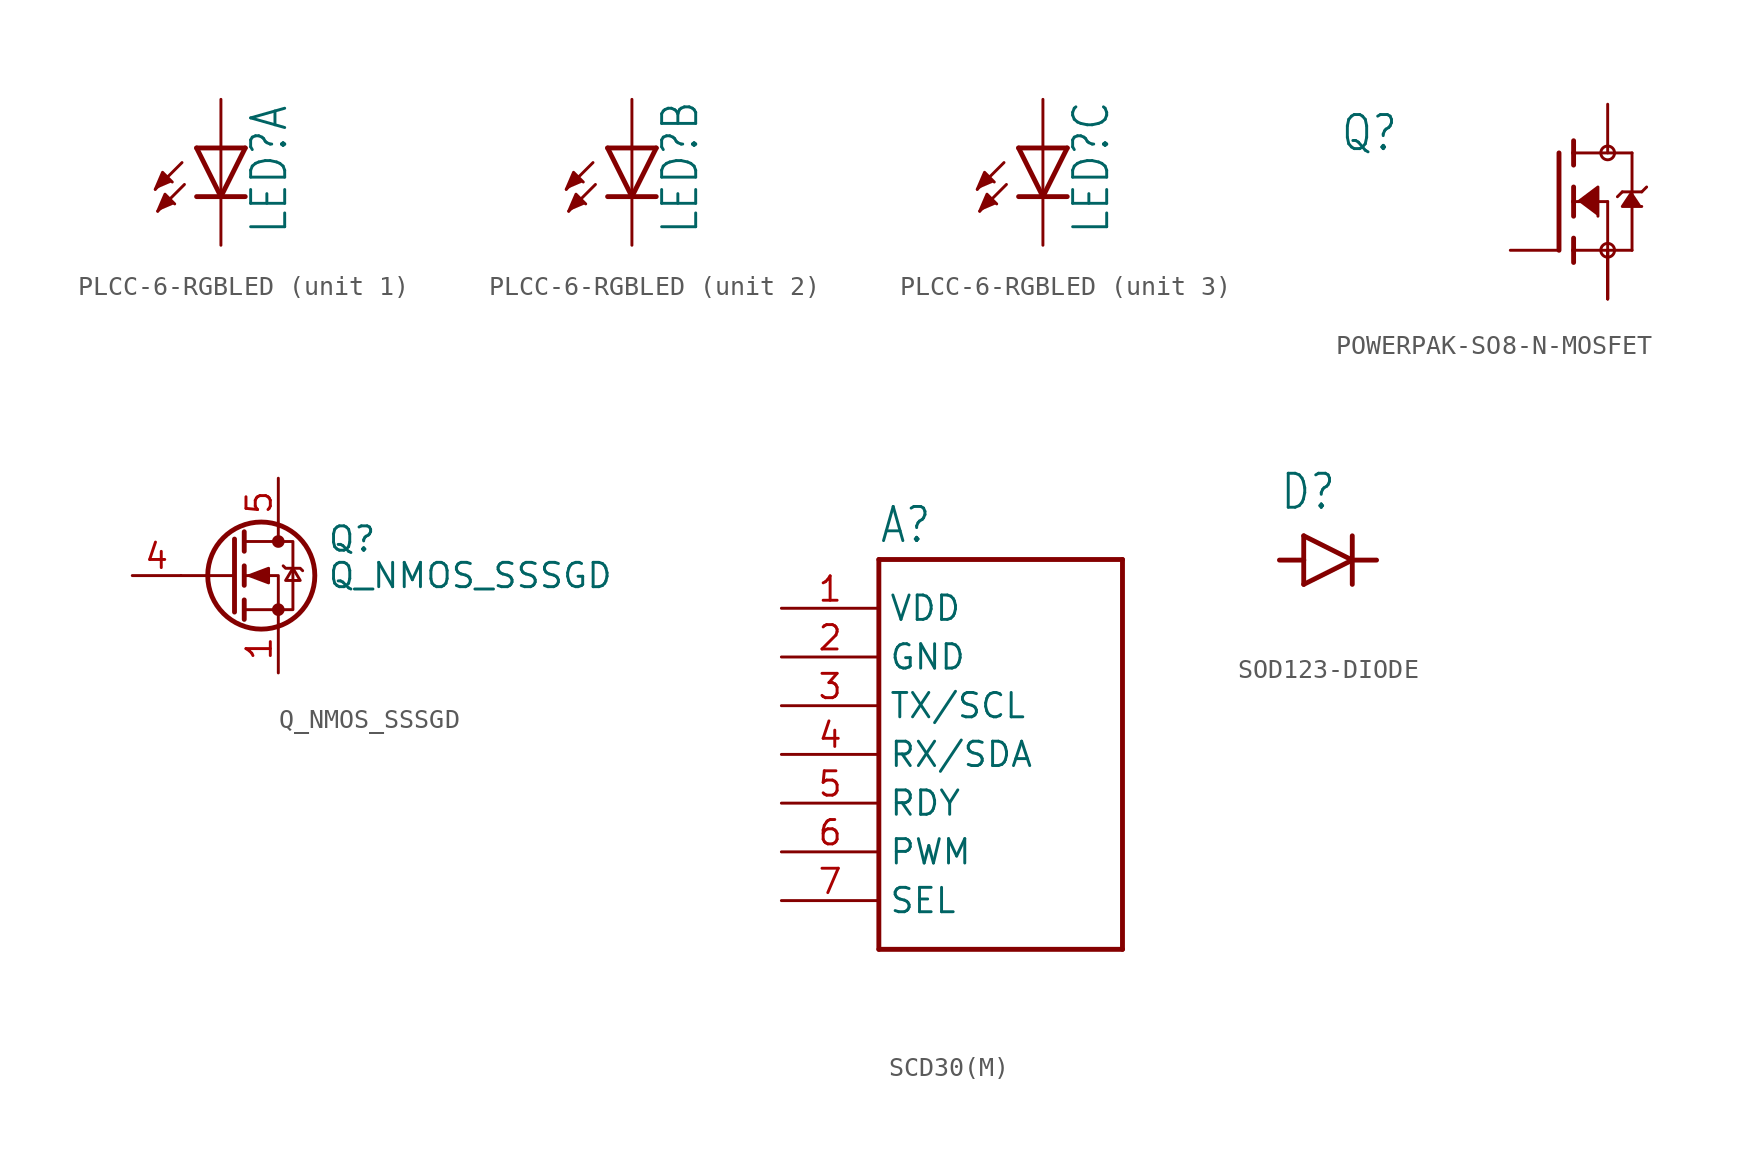
<source format=kicad_sym>
(kicad_symbol_lib
  (version 20231120)
  (generator "kicad_symbol_editor")
  (generator_version "8.0")
  (symbol "PLCC-6-RGBLED"
    (property "Reference" "LED"
      (at 3.556 -4.572 90)
      (effects (font (size 1.778 1.511)) (justify left bottom)))
    (property "Value" ""
      (at 5.715 -4.572 90)
      (effects (font (size 1.778 1.511)) (justify left bottom)))
    (property "ki_locked" ""
      (at 0 0 0)
      (effects (font (size 1.27 1.27))))
    (symbol "PLCC-6-RGBLED_1_0"
      (polyline (pts (xy -2.032 -0.762) (xy -3.429 -2.159)) (stroke (width 0.152) (type solid)) (fill (type none)))
      (polyline (pts (xy -1.905 -1.905) (xy -3.302 -3.302)) (stroke (width 0.152) (type solid)) (fill (type none)))
      (polyline (pts (xy 0 -2.54) (xy -1.27 -2.54)) (stroke (width 0.254) (type solid)) (fill (type none)))
      (polyline (pts (xy 0 -2.54) (xy -1.27 0)) (stroke (width 0.254) (type solid)) (fill (type none)))
      (polyline (pts (xy 0 0) (xy -1.27 0)) (stroke (width 0.254) (type solid)) (fill (type none)))
      (polyline (pts (xy 0 0) (xy 0 -2.54)) (stroke (width 0.152) (type solid)) (fill (type none)))
      (polyline (pts (xy 1.27 -2.54) (xy 0 -2.54)) (stroke (width 0.254) (type solid)) (fill (type none)))
      (polyline (pts (xy 1.27 0) (xy 0 -2.54)) (stroke (width 0.254) (type solid)) (fill (type none)))
      (polyline (pts (xy 1.27 0) (xy 0 0)) (stroke (width 0.254) (type solid)) (fill (type none)))
      (polyline (pts (xy -3.429 -2.159) (xy -3.048 -1.27) (xy -2.54 -1.778)) (stroke (width 0.152) (type solid)) (fill (type outline)))
      (polyline (pts (xy -3.302 -3.302) (xy -2.921 -2.413) (xy -2.413 -2.921)) (stroke (width 0.152) (type solid)) (fill (type outline)))
      (pin passive line (at 0 2.54 270) (length 2.54) (name "A" (effects (font (size 0 0)))) (number "1" (effects (font (size 0 0)))))
      (pin passive line (at 0 -5.08 90) (length 2.54) (name "C" (effects (font (size 0 0)))) (number "2" (effects (font (size 0 0))))))
    (symbol "PLCC-6-RGBLED_2_0"
      (polyline (pts (xy -2.032 -0.762) (xy -3.429 -2.159)) (stroke (width 0.152) (type solid)) (fill (type none)))
      (polyline (pts (xy -1.905 -1.905) (xy -3.302 -3.302)) (stroke (width 0.152) (type solid)) (fill (type none)))
      (polyline (pts (xy 0 -2.54) (xy -1.27 -2.54)) (stroke (width 0.254) (type solid)) (fill (type none)))
      (polyline (pts (xy 0 -2.54) (xy -1.27 0)) (stroke (width 0.254) (type solid)) (fill (type none)))
      (polyline (pts (xy 0 0) (xy -1.27 0)) (stroke (width 0.254) (type solid)) (fill (type none)))
      (polyline (pts (xy 0 0) (xy 0 -2.54)) (stroke (width 0.152) (type solid)) (fill (type none)))
      (polyline (pts (xy 1.27 -2.54) (xy 0 -2.54)) (stroke (width 0.254) (type solid)) (fill (type none)))
      (polyline (pts (xy 1.27 0) (xy 0 -2.54)) (stroke (width 0.254) (type solid)) (fill (type none)))
      (polyline (pts (xy 1.27 0) (xy 0 0)) (stroke (width 0.254) (type solid)) (fill (type none)))
      (polyline (pts (xy -3.429 -2.159) (xy -3.048 -1.27) (xy -2.54 -1.778)) (stroke (width 0.152) (type solid)) (fill (type outline)))
      (polyline (pts (xy -3.302 -3.302) (xy -2.921 -2.413) (xy -2.413 -2.921)) (stroke (width 0.152) (type solid)) (fill (type outline)))
      (pin passive line (at 0 2.54 270) (length 2.54) (name "A" (effects (font (size 0 0)))) (number "3" (effects (font (size 0 0)))))
      (pin passive line (at 0 -5.08 90) (length 2.54) (name "C" (effects (font (size 0 0)))) (number "4" (effects (font (size 0 0))))))
    (symbol "PLCC-6-RGBLED_3_0"
      (polyline (pts (xy -2.032 -0.762) (xy -3.429 -2.159)) (stroke (width 0.152) (type solid)) (fill (type none)))
      (polyline (pts (xy -1.905 -1.905) (xy -3.302 -3.302)) (stroke (width 0.152) (type solid)) (fill (type none)))
      (polyline (pts (xy 0 -2.54) (xy -1.27 -2.54)) (stroke (width 0.254) (type solid)) (fill (type none)))
      (polyline (pts (xy 0 -2.54) (xy -1.27 0)) (stroke (width 0.254) (type solid)) (fill (type none)))
      (polyline (pts (xy 0 0) (xy -1.27 0)) (stroke (width 0.254) (type solid)) (fill (type none)))
      (polyline (pts (xy 0 0) (xy 0 -2.54)) (stroke (width 0.152) (type solid)) (fill (type none)))
      (polyline (pts (xy 1.27 -2.54) (xy 0 -2.54)) (stroke (width 0.254) (type solid)) (fill (type none)))
      (polyline (pts (xy 1.27 0) (xy 0 -2.54)) (stroke (width 0.254) (type solid)) (fill (type none)))
      (polyline (pts (xy 1.27 0) (xy 0 0)) (stroke (width 0.254) (type solid)) (fill (type none)))
      (polyline (pts (xy -3.429 -2.159) (xy -3.048 -1.27) (xy -2.54 -1.778)) (stroke (width 0.152) (type solid)) (fill (type outline)))
      (polyline (pts (xy -3.302 -3.302) (xy -2.921 -2.413) (xy -2.413 -2.921)) (stroke (width 0.152) (type solid)) (fill (type outline)))
      (pin passive line (at 0 2.54 270) (length 2.54) (name "A" (effects (font (size 0 0)))) (number "5" (effects (font (size 0 0)))))
      (pin passive line (at 0 -5.08 90) (length 2.54) (name "C" (effects (font (size 0 0)))) (number "6" (effects (font (size 0 0)))))))
  (symbol "POWERPAK-SO8-N-MOSFET"
    (property "Reference" "Q"
      (at -11.43 2.54 0)
      (effects (font (size 1.778 1.511)) (justify left bottom)))
    (property "Value" ""
      (at -11.43 0 0)
      (effects (font (size 1.778 1.511)) (justify left bottom)))
    (property "ki_locked" ""
      (at 0 0 0)
      (effects (font (size 1.27 1.27))))
    (symbol "POWERPAK-SO8-N-MOSFET_1_0"
      (polyline (pts (xy 0 2.54) (xy 0 -2.54)) (stroke (width 0.254) (type solid)) (fill (type none)))
      (polyline (pts (xy 0.762 -2.54) (xy 0.762 -3.175)) (stroke (width 0.254) (type solid)) (fill (type none)))
      (polyline (pts (xy 0.762 -1.905) (xy 0.762 -2.54)) (stroke (width 0.254) (type solid)) (fill (type none)))
      (polyline (pts (xy 0.762 0) (xy 0.762 -0.762)) (stroke (width 0.254) (type solid)) (fill (type none)))
      (polyline (pts (xy 0.762 0) (xy 2.54 0)) (stroke (width 0.152) (type solid)) (fill (type none)))
      (polyline (pts (xy 0.762 0.762) (xy 0.762 0)) (stroke (width 0.254) (type solid)) (fill (type none)))
      (polyline (pts (xy 0.762 2.54) (xy 0.762 1.905)) (stroke (width 0.254) (type solid)) (fill (type none)))
      (polyline (pts (xy 0.762 2.54) (xy 3.81 2.54)) (stroke (width 0.152) (type solid)) (fill (type none)))
      (polyline (pts (xy 0.762 3.175) (xy 0.762 2.54)) (stroke (width 0.254) (type solid)) (fill (type none)))
      (polyline (pts (xy 2.54 -2.54) (xy 0.762 -2.54)) (stroke (width 0.152) (type solid)) (fill (type none)))
      (polyline (pts (xy 2.54 -2.54) (xy 3.81 -2.54)) (stroke (width 0.152) (type solid)) (fill (type none)))
      (polyline (pts (xy 2.54 0) (xy 2.54 -2.54)) (stroke (width 0.152) (type solid)) (fill (type none)))
      (polyline (pts (xy 3.302 0.508) (xy 3.048 0.254)) (stroke (width 0.152) (type solid)) (fill (type none)))
      (polyline (pts (xy 3.81 0.508) (xy 3.302 0.508)) (stroke (width 0.152) (type solid)) (fill (type none)))
      (polyline (pts (xy 3.81 0.508) (xy 3.81 -2.54)) (stroke (width 0.152) (type solid)) (fill (type none)))
      (polyline (pts (xy 3.81 2.54) (xy 3.81 0.508)) (stroke (width 0.152) (type solid)) (fill (type none)))
      (polyline (pts (xy 4.318 0.508) (xy 3.81 0.508)) (stroke (width 0.152) (type solid)) (fill (type none)))
      (polyline (pts (xy 4.572 0.762) (xy 4.318 0.508)) (stroke (width 0.152) (type solid)) (fill (type none)))
      (polyline (pts (xy 1.016 0) (xy 2.032 0.762) (xy 2.032 -0.762)) (stroke (width 0.152) (type solid)) (fill (type outline)))
      (polyline (pts (xy 3.81 0.508) (xy 3.302 -0.254) (xy 4.318 -0.254)) (stroke (width 0.152) (type solid)) (fill (type outline)))
      (circle (center 2.54 -2.54) (radius 0.359) (stroke (width 0) (type solid)) (fill (type none)))
      (circle (center 2.54 2.54) (radius 0.359) (stroke (width 0) (type solid)) (fill (type none)))
      (pin passive line (at 2.54 -5.08 90) (length 2.54) (name "S" (effects (font (size 0 0)))) (number "1" (effects (font (size 0 0)))))
      (pin passive line (at 2.54 -5.08 90) (length 2.54) (name "S" (effects (font (size 0 0)))) (number "2" (effects (font (size 0 0)))))
      (pin passive line (at 2.54 -5.08 90) (length 2.54) (name "S" (effects (font (size 0 0)))) (number "3" (effects (font (size 0 0)))))
      (pin passive line (at -2.54 -2.54 0) (length 2.54) (name "G" (effects (font (size 0 0)))) (number "4" (effects (font (size 0 0)))))
      (pin passive line (at 2.54 5.08 270) (length 2.54) (name "D" (effects (font (size 0 0)))) (number "5-8" (effects (font (size 0 0)))))))
  (symbol "Q_NMOS_SSSGD"
    (pin_names hide)
    (property "Reference" "Q"
      (at 5.08 1.905 0)
      (effects (font (size 1.27 1.27)) (justify left)))
    (property "Value" "Q_NMOS_SSSGD"
      (at 5.08 0 0)
      (effects (font (size 1.27 1.27)) (justify left)))
    (symbol "Q_NMOS_SSSGD_0_1"
      (polyline (pts (xy 0.254 0) (xy -2.54 0)) (stroke (width 0) (type default)) (fill (type none)))
      (polyline (pts (xy 0.254 1.905) (xy 0.254 -1.905)) (stroke (width 0.254) (type default)) (fill (type none)))
      (polyline (pts (xy 0.762 -1.27) (xy 0.762 -2.286)) (stroke (width 0.254) (type default)) (fill (type none)))
      (polyline (pts (xy 0.762 0.508) (xy 0.762 -0.508)) (stroke (width 0.254) (type default)) (fill (type none)))
      (polyline (pts (xy 0.762 2.286) (xy 0.762 1.27)) (stroke (width 0.254) (type default)) (fill (type none)))
      (polyline (pts (xy 2.54 2.54) (xy 2.54 1.778)) (stroke (width 0) (type default)) (fill (type none)))
      (polyline (pts (xy 2.54 -2.54) (xy 2.54 0) (xy 0.762 0)) (stroke (width 0) (type default)) (fill (type none)))
      (polyline (pts (xy 0.762 -1.778) (xy 3.302 -1.778) (xy 3.302 1.778) (xy 0.762 1.778)) (stroke (width 0) (type default)) (fill (type none)))
      (polyline (pts (xy 1.016 0) (xy 2.032 0.381) (xy 2.032 -0.381) (xy 1.016 0)) (stroke (width 0) (type default)) (fill (type outline)))
      (polyline (pts (xy 2.794 0.508) (xy 2.921 0.381) (xy 3.683 0.381) (xy 3.81 0.254)) (stroke (width 0) (type default)) (fill (type none)))
      (polyline (pts (xy 3.302 0.381) (xy 2.921 -0.254) (xy 3.683 -0.254) (xy 3.302 0.381)) (stroke (width 0) (type default)) (fill (type none)))
      (circle (center 1.651 0) (radius 2.794) (stroke (width 0.254) (type default)) (fill (type none)))
      (circle (center 2.54 -1.778) (radius 0.254) (stroke (width 0) (type default)) (fill (type outline)))
      (circle (center 2.54 1.778) (radius 0.254) (stroke (width 0) (type default)) (fill (type outline))))
    (symbol "Q_NMOS_SSSGD_1_1"
      (pin passive line (at 2.54 -5.08 90) (length 2.54) (name "S" (effects (font (size 1.27 1.27)))) (number "1" (effects (font (size 1.27 1.27)))))
      (pin passive line (at 2.54 -5.08 90) (length 2.54) hide (name "S" (effects (font (size 1.27 1.27)))) (number "2" (effects (font (size 1.27 1.27)))))
      (pin passive line (at 2.54 -5.08 90) (length 2.54) hide (name "S" (effects (font (size 1.27 1.27)))) (number "3" (effects (font (size 1.27 1.27)))))
      (pin input line (at -5.08 0 0) (length 2.54) (name "G" (effects (font (size 1.27 1.27)))) (number "4" (effects (font (size 1.27 1.27)))))
      (pin passive line (at 2.54 5.08 270) (length 2.54) (name "D" (effects (font (size 1.27 1.27)))) (number "5" (effects (font (size 1.27 1.27)))))))
  (symbol "SCD30(M)"
    (property "Reference" "A"
      (at -5.08 10.922 0)
      (effects (font (size 1.778 1.511)) (justify left bottom)))
    (property "Value" ""
      (at -5.08 -12.7 0)
      (effects (font (size 1.778 1.511)) (justify left bottom)))
    (property "ki_locked" ""
      (at 0 0 0)
      (effects (font (size 1.27 1.27))))
    (symbol "SCD30(M)_1_0"
      (polyline (pts (xy -5.08 -10.16) (xy -5.08 10.16)) (stroke (width 0.254) (type solid)) (fill (type none)))
      (polyline (pts (xy -5.08 10.16) (xy 7.62 10.16)) (stroke (width 0.254) (type solid)) (fill (type none)))
      (polyline (pts (xy 7.62 -10.16) (xy -5.08 -10.16)) (stroke (width 0.254) (type solid)) (fill (type none)))
      (polyline (pts (xy 7.62 10.16) (xy 7.62 -10.16)) (stroke (width 0.254) (type solid)) (fill (type none)))
      (pin bidirectional line (at -10.16 7.62 0) (length 5.08) (name "VDD" (effects (font (size 1.27 1.27)))) (number "1" (effects (font (size 1.27 1.27)))))
      (pin bidirectional line (at -10.16 5.08 0) (length 5.08) (name "GND" (effects (font (size 1.27 1.27)))) (number "2" (effects (font (size 1.27 1.27)))))
      (pin bidirectional line (at -10.16 2.54 0) (length 5.08) (name "TX/SCL" (effects (font (size 1.27 1.27)))) (number "3" (effects (font (size 1.27 1.27)))))
      (pin bidirectional line (at -10.16 0 0) (length 5.08) (name "RX/SDA" (effects (font (size 1.27 1.27)))) (number "4" (effects (font (size 1.27 1.27)))))
      (pin bidirectional line (at -10.16 -2.54 0) (length 5.08) (name "RDY" (effects (font (size 1.27 1.27)))) (number "5" (effects (font (size 1.27 1.27)))))
      (pin bidirectional line (at -10.16 -5.08 0) (length 5.08) (name "PWM" (effects (font (size 1.27 1.27)))) (number "6" (effects (font (size 1.27 1.27)))))
      (pin bidirectional line (at -10.16 -7.62 0) (length 5.08) (name "SEL" (effects (font (size 1.27 1.27)))) (number "7" (effects (font (size 1.27 1.27)))))))
  (symbol "SOD123-DIODE"
    (property "Reference" "D"
      (at -2.54 2.54 0)
      (effects (font (size 1.778 1.511)) (justify left bottom)))
    (property "Value" ""
      (at -2.54 -3.81 0)
      (effects (font (size 1.778 1.511)) (justify left bottom)))
    (property "ki_locked" ""
      (at 0 0 0)
      (effects (font (size 1.27 1.27))))
    (symbol "SOD123-DIODE_1_0"
      (polyline (pts (xy -1.27 -1.27) (xy 1.27 0)) (stroke (width 0.254) (type solid)) (fill (type none)))
      (polyline (pts (xy -1.27 0) (xy -2.54 0)) (stroke (width 0.254) (type solid)) (fill (type none)))
      (polyline (pts (xy -1.27 0) (xy -1.27 -1.27)) (stroke (width 0.254) (type solid)) (fill (type none)))
      (polyline (pts (xy -1.27 1.27) (xy -1.27 0)) (stroke (width 0.254) (type solid)) (fill (type none)))
      (polyline (pts (xy 1.27 0) (xy -1.27 1.27)) (stroke (width 0.254) (type solid)) (fill (type none)))
      (polyline (pts (xy 1.27 0) (xy 1.27 -1.27)) (stroke (width 0.254) (type solid)) (fill (type none)))
      (polyline (pts (xy 1.27 0) (xy 2.54 0)) (stroke (width 0.254) (type solid)) (fill (type none)))
      (polyline (pts (xy 1.27 1.27) (xy 1.27 0)) (stroke (width 0.254) (type solid)) (fill (type none)))
      (pin passive line (at -2.54 0 0) (length 0) (name "A" (effects (font (size 0 0)))) (number "A" (effects (font (size 0 0)))))
      (pin passive line (at 2.54 0 180) (length 0) (name "C" (effects (font (size 0 0)))) (number "C" (effects (font (size 0 0))))))))
</source>
